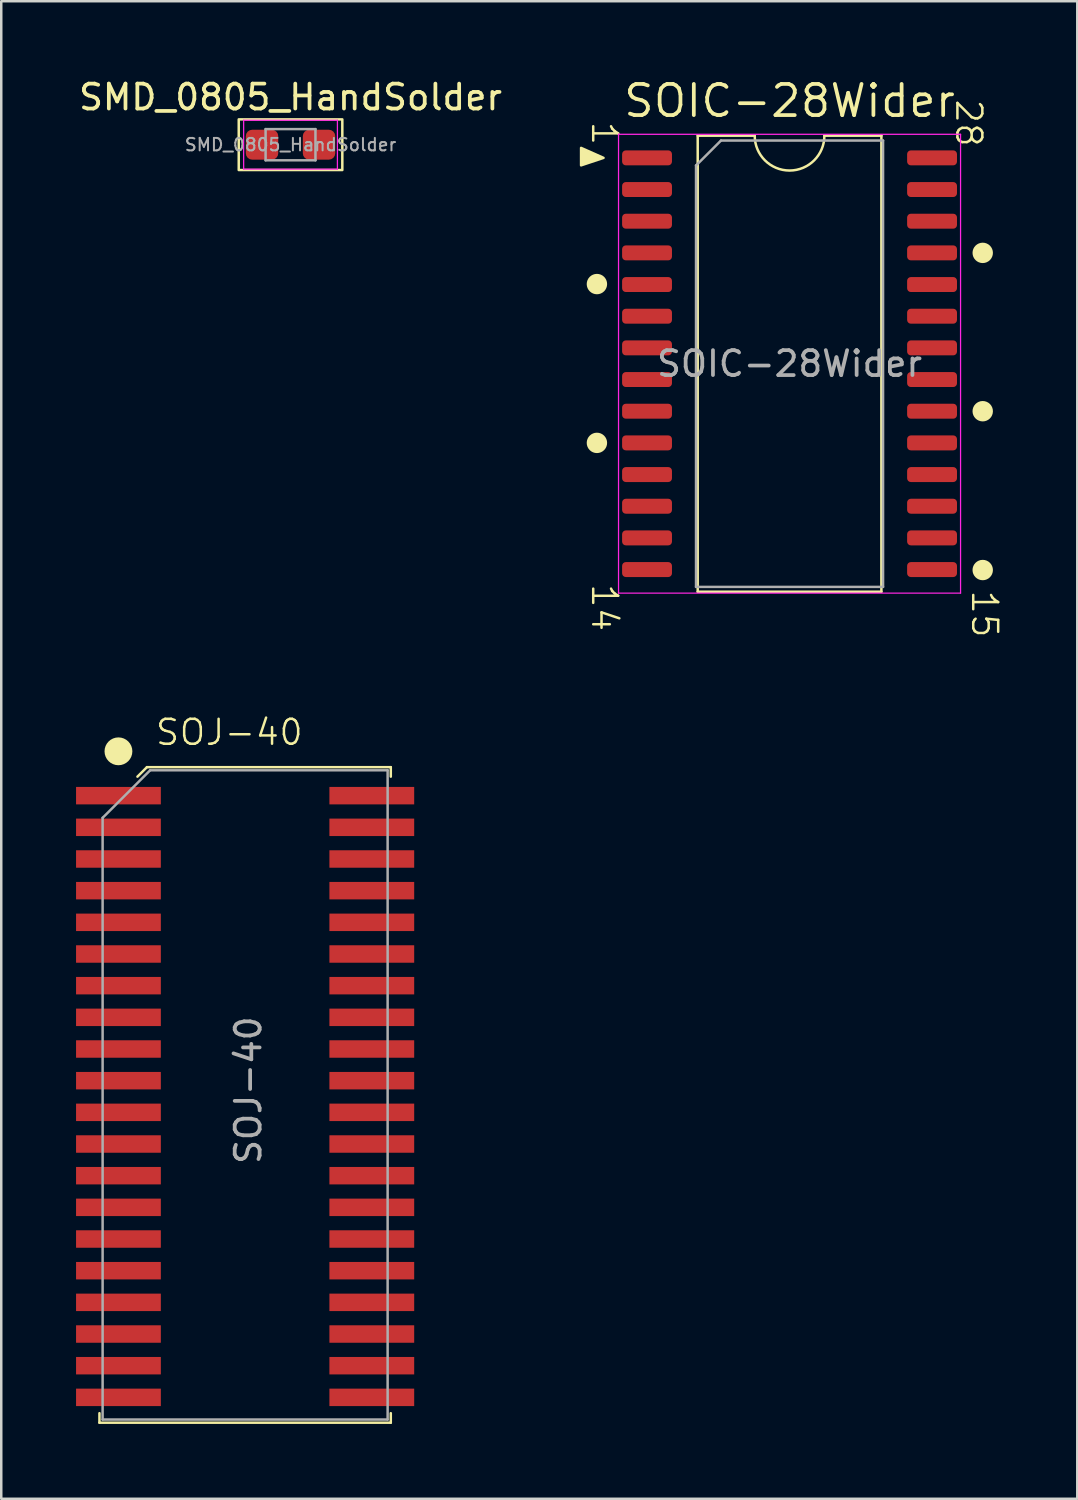
<source format=kicad_pcb>
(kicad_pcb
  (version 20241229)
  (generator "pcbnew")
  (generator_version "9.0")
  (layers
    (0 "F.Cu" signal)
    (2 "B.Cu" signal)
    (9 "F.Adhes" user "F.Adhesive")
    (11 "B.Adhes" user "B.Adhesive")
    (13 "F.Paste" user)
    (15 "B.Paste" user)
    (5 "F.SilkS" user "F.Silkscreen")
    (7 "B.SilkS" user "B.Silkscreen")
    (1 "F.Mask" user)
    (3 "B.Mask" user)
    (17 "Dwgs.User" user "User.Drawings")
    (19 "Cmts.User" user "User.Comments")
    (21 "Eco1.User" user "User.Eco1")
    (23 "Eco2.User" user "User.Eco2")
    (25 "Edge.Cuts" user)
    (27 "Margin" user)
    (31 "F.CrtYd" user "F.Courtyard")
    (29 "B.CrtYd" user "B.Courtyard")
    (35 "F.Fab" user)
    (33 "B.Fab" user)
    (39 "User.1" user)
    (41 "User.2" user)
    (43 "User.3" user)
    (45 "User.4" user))
  (footprint "SOJ-40"
    (layer "F.Cu")
    (at 1.065 27.588)
    (property "Reference" "SOJ-40" (at 5.08 -1.27 0) (unlocked yes) (layer "F.SilkS") (effects (font (size 1 1) (thickness 0.1))))
    (attr smd)
    (fp_line (start -0.127 26.035) (end -0.127 26.416) (stroke (width 0.1) (type default)) (layer "F.SilkS"))
    (fp_line (start -0.127 26.416) (end 11.557 26.416) (stroke (width 0.1) (type default)) (layer "F.SilkS"))
    (fp_line (start 1.778 0.127) (end 1.397 0.508) (stroke (width 0.1) (type solid)) (layer "F.SilkS"))
    (fp_line (start 11.557 0.127) (end 1.778 0.127) (stroke (width 0.1) (type solid)) (layer "F.SilkS"))
    (fp_line (start 11.557 0.508) (end 11.557 0.127) (stroke (width 0.1) (type solid)) (layer "F.SilkS"))
    (fp_line (start 11.557 26.035) (end 11.557 26.416) (stroke (width 0.1) (type default)) (layer "F.SilkS"))
    (fp_circle (center 0.635 -0.508) (end 1.143 -0.508) (stroke (width 0.1) (type solid)) (fill yes) (layer "F.SilkS"))
    (fp_line (start 0 2.159) (end 1.905 0.254) (stroke (width 0.1) (type default)) (layer "F.Fab"))
    (fp_line (start 0 26.289) (end 0 2.159) (stroke (width 0.1) (type default)) (layer "F.Fab"))
    (fp_line (start 1.905 0.254) (end 11.43 0.254) (stroke (width 0.1) (type default)) (layer "F.Fab"))
    (fp_line (start 11.43 0.254) (end 11.43 26.289) (stroke (width 0.1) (type default)) (layer "F.Fab"))
    (fp_line (start 11.43 26.289) (end 0 26.289) (stroke (width 0.1) (type default)) (layer "F.Fab"))
    (fp_text user "${REFERENCE}" (at 5.842 13.081 90) (unlocked yes) (layer "F.Fab") (effects (font (size 1 1) (thickness 0.15))))
    (pad "1" smd rect (at 0.635 1.27) (size 3.4 0.7) (layers "F.Cu" "F.Mask" "F.Paste"))
    (pad "2" smd rect (at 0.635 2.54) (size 3.4 0.7) (layers "F.Cu" "F.Mask" "F.Paste"))
    (pad "3" smd rect (at 0.635 3.81) (size 3.4 0.7) (layers "F.Cu" "F.Mask" "F.Paste"))
    (pad "4" smd rect (at 0.635 5.08) (size 3.4 0.7) (layers "F.Cu" "F.Mask" "F.Paste"))
    (pad "5" smd rect (at 0.635 6.35) (size 3.4 0.7) (layers "F.Cu" "F.Mask" "F.Paste"))
    (pad "6" smd rect (at 0.635 7.62) (size 3.4 0.7) (layers "F.Cu" "F.Mask" "F.Paste"))
    (pad "7" smd rect (at 0.635 8.89) (size 3.4 0.7) (layers "F.Cu" "F.Mask" "F.Paste"))
    (pad "8" smd rect (at 0.635 10.16) (size 3.4 0.7) (layers "F.Cu" "F.Mask" "F.Paste"))
    (pad "9" smd rect (at 0.635 11.43) (size 3.4 0.7) (layers "F.Cu" "F.Mask" "F.Paste"))
    (pad "10" smd rect (at 0.635 12.7) (size 3.4 0.7) (layers "F.Cu" "F.Mask" "F.Paste"))
    (pad "11" smd rect (at 0.635 13.97) (size 3.4 0.7) (layers "F.Cu" "F.Mask" "F.Paste"))
    (pad "12" smd rect (at 0.635 15.24) (size 3.4 0.7) (layers "F.Cu" "F.Mask" "F.Paste"))
    (pad "13" smd rect (at 0.635 16.51) (size 3.4 0.7) (layers "F.Cu" "F.Mask" "F.Paste"))
    (pad "14" smd rect (at 0.635 17.78) (size 3.4 0.7) (layers "F.Cu" "F.Mask" "F.Paste"))
    (pad "15" smd rect (at 0.635 19.05) (size 3.4 0.7) (layers "F.Cu" "F.Mask" "F.Paste"))
    (pad "16" smd rect (at 0.635 20.32) (size 3.4 0.7) (layers "F.Cu" "F.Mask" "F.Paste"))
    (pad "17" smd rect (at 0.635 21.59) (size 3.4 0.7) (layers "F.Cu" "F.Mask" "F.Paste"))
    (pad "18" smd rect (at 0.635 22.86) (size 3.4 0.7) (layers "F.Cu" "F.Mask" "F.Paste"))
    (pad "19" smd rect (at 0.635 24.13) (size 3.4 0.7) (layers "F.Cu" "F.Mask" "F.Paste"))
    (pad "20" smd rect (at 0.635 25.4) (size 3.4 0.7) (layers "F.Cu" "F.Mask" "F.Paste"))
    (pad "21" smd rect (at 10.795 25.4) (size 3.4 0.7) (layers "F.Cu" "F.Mask" "F.Paste"))
    (pad "22" smd rect (at 10.795 24.13) (size 3.4 0.7) (layers "F.Cu" "F.Mask" "F.Paste"))
    (pad "23" smd rect (at 10.795 22.86) (size 3.4 0.7) (layers "F.Cu" "F.Mask" "F.Paste"))
    (pad "24" smd rect (at 10.795 21.59) (size 3.4 0.7) (layers "F.Cu" "F.Mask" "F.Paste"))
    (pad "25" smd rect (at 10.795 20.32) (size 3.4 0.7) (layers "F.Cu" "F.Mask" "F.Paste"))
    (pad "26" smd rect (at 10.795 19.05) (size 3.4 0.7) (layers "F.Cu" "F.Mask" "F.Paste"))
    (pad "27" smd rect (at 10.795 17.78) (size 3.4 0.7) (layers "F.Cu" "F.Mask" "F.Paste"))
    (pad "28" smd rect (at 10.795 16.51) (size 3.4 0.7) (layers "F.Cu" "F.Mask" "F.Paste"))
    (pad "29" smd rect (at 10.795 15.24) (size 3.4 0.7) (layers "F.Cu" "F.Mask" "F.Paste"))
    (pad "30" smd rect (at 10.795 13.97) (size 3.4 0.7) (layers "F.Cu" "F.Mask" "F.Paste"))
    (pad "31" smd rect (at 10.795 12.7) (size 3.4 0.7) (layers "F.Cu" "F.Mask" "F.Paste"))
    (pad "32" smd rect (at 10.795 11.43) (size 3.4 0.7) (layers "F.Cu" "F.Mask" "F.Paste"))
    (pad "33" smd rect (at 10.795 10.16) (size 3.4 0.7) (layers "F.Cu" "F.Mask" "F.Paste"))
    (pad "34" smd rect (at 10.795 8.89) (size 3.4 0.7) (layers "F.Cu" "F.Mask" "F.Paste"))
    (pad "35" smd rect (at 10.795 7.62) (size 3.4 0.7) (layers "F.Cu" "F.Mask" "F.Paste"))
    (pad "36" smd rect (at 10.795 6.35) (size 3.4 0.7) (layers "F.Cu" "F.Mask" "F.Paste"))
    (pad "37" smd rect (at 10.795 5.08) (size 3.4 0.7) (layers "F.Cu" "F.Mask" "F.Paste"))
    (pad "38" smd rect (at 10.795 3.81) (size 3.4 0.7) (layers "F.Cu" "F.Mask" "F.Paste"))
    (pad "39" smd rect (at 10.795 2.54) (size 3.4 0.7) (layers "F.Cu" "F.Mask" "F.Paste"))
    (pad "40" smd rect (at 10.795 1.27) (size 3.4 0.7) (layers "F.Cu" "F.Mask" "F.Paste")))
  (footprint "SMD_0805_HandSolder"
    (layer "F.Cu")
    (at 8.601 2.753)
    (property "Reference" "SMD_0805_HandSolder" (at 0 -1.905 0) (layer "F.SilkS") (effects (font (size 1 1) (thickness 0.15))))
    (attr smd)
    (fp_rect (start -2.077 -1.016) (end 2.077 1.016) (stroke (width 0.1) (type solid)) (fill no) (layer "F.SilkS"))
    (fp_line (start -1.88 -0.98) (end 1.88 -0.98) (stroke (width 0.05) (type solid)) (layer "F.CrtYd"))
    (fp_line (start -1.88 0.98) (end -1.88 -0.98) (stroke (width 0.05) (type solid)) (layer "F.CrtYd"))
    (fp_line (start 1.88 -0.98) (end 1.88 0.98) (stroke (width 0.05) (type solid)) (layer "F.CrtYd"))
    (fp_line (start 1.88 0.98) (end -1.88 0.98) (stroke (width 0.05) (type solid)) (layer "F.CrtYd"))
    (fp_line (start -1 -0.625) (end 1 -0.625) (stroke (width 0.1) (type solid)) (layer "F.Fab"))
    (fp_line (start -1 0.625) (end -1 -0.625) (stroke (width 0.1) (type solid)) (layer "F.Fab"))
    (fp_line (start 1 -0.625) (end 1 0.625) (stroke (width 0.1) (type solid)) (layer "F.Fab"))
    (fp_line (start 1 0.625) (end -1 0.625) (stroke (width 0.1) (type solid)) (layer "F.Fab"))
    (fp_text user "${REFERENCE}" (at 0 0 0) (layer "F.Fab") (effects (font (size 0.5 0.5) (thickness 0.08))))
    (pad "1" smd roundrect (at -1.143 0) (size 1.3 1.2) (layers "F.Cu" "F.Mask" "F.Paste") (roundrect_rratio 0.213))
    (pad "2" smd roundrect (at 1.143 0) (size 1.3 1.2) (layers "F.Cu" "F.Mask" "F.Paste") (roundrect_rratio 0.213)))
  (footprint "SOIC-28Wider"
    (layer "F.Cu")
    (at 28.613 11.536)
    (property "Reference" "SOIC-28Wider" (at 0 -10.541 0) (layer "F.SilkS") (effects (font (size 1.25 1.25) (thickness 0.15))))
    (attr smd)
    (fp_line (start -3.683 -9.144) (end -1.397 -9.144) (stroke (width 0.1) (type solid)) (layer "F.SilkS"))
    (fp_line (start -3.683 9.144) (end -3.683 -9.144) (stroke (width 0.1) (type solid)) (layer "F.SilkS"))
    (fp_line (start -3.683 9.144) (end 3.683 9.144) (stroke (width 0.1) (type solid)) (layer "F.SilkS"))
    (fp_line (start 3.683 -9.144) (end 1.397 -9.144) (stroke (width 0.1) (type solid)) (layer "F.SilkS"))
    (fp_line (start 3.683 9.144) (end 3.683 -9.144) (stroke (width 0.1) (type solid)) (layer "F.SilkS"))
    (fp_arc (start 1.397 -9.144) (mid 0 -7.747) (end -1.397 -9.144) (stroke (width 0.1) (type solid)) (layer "F.SilkS"))
    (fp_circle (center -7.725 -3.194) (end -7.725 -2.835) (stroke (width 0.1) (type solid)) (fill yes) (layer "F.SilkS"))
    (fp_circle (center -7.725 3.175) (end -7.725 3.534) (stroke (width 0.1) (type solid)) (fill yes) (layer "F.SilkS"))
    (fp_circle (center 7.747 -4.445) (end 7.747 -4.086) (stroke (width 0.1) (type solid)) (fill yes) (layer "F.SilkS"))
    (fp_circle (center 7.747 1.905) (end 7.747 2.264) (stroke (width 0.1) (type solid)) (fill yes) (layer "F.SilkS"))
    (fp_circle (center 7.747 8.274) (end 7.747 8.633) (stroke (width 0.1) (type solid)) (fill yes) (layer "F.SilkS"))
    (fp_poly (pts (xy -7.46 -8.255) (xy -8.36 -8.655) (xy -8.36 -7.955)) (stroke (width 0.1) (type solid)) (fill yes) (layer "F.SilkS"))
    (fp_line (start -6.858 -9.2) (end -6.858 9.2) (stroke (width 0.05) (type solid)) (layer "F.CrtYd"))
    (fp_line (start -6.858 9.2) (end 6.858 9.2) (stroke (width 0.05) (type solid)) (layer "F.CrtYd"))
    (fp_line (start 6.858 -9.2) (end -6.858 -9.2) (stroke (width 0.05) (type solid)) (layer "F.CrtYd"))
    (fp_line (start 6.858 9.2) (end 6.858 -9.2) (stroke (width 0.05) (type solid)) (layer "F.CrtYd"))
    (fp_line (start -3.75 -7.95) (end -2.75 -8.95) (stroke (width 0.1) (type solid)) (layer "F.Fab"))
    (fp_line (start -3.75 8.95) (end -3.75 -7.95) (stroke (width 0.1) (type solid)) (layer "F.Fab"))
    (fp_line (start -2.75 -8.95) (end 3.75 -8.95) (stroke (width 0.1) (type solid)) (layer "F.Fab"))
    (fp_line (start 3.75 -8.95) (end 3.75 8.95) (stroke (width 0.1) (type solid)) (layer "F.Fab"))
    (fp_line (start 3.75 8.95) (end -3.75 8.95) (stroke (width 0.1) (type solid)) (layer "F.Fab"))
    (fp_text user "15" (at 7.239 9.017 270) (unlocked yes) (layer "F.SilkS") (effects (font (size 1 1) (thickness 0.1)) (justify left bottom)))
    (fp_text user "1" (at -8.001 -9.779 270) (unlocked yes) (layer "F.SilkS") (effects (font (size 1 1) (thickness 0.1)) (justify left bottom)))
    (fp_text user "14" (at -8.001 8.763 270) (unlocked yes) (layer "F.SilkS") (effects (font (size 1 1) (thickness 0.1)) (justify left bottom)))
    (fp_text user "28" (at 6.604 -10.668 270) (unlocked yes) (layer "F.SilkS") (effects (font (size 1 1) (thickness 0.1)) (justify left bottom)))
    (fp_text user "${REFERENCE}" (at 0 0 0) (layer "F.Fab") (effects (font (size 1 1) (thickness 0.15))))
    (pad "1" smd roundrect (at -5.715 -8.255) (size 2 0.6) (layers "F.Cu" "F.Mask" "F.Paste") (roundrect_rratio 0.25))
    (pad "2" smd roundrect (at -5.715 -6.985) (size 2 0.6) (layers "F.Cu" "F.Mask" "F.Paste") (roundrect_rratio 0.25))
    (pad "3" smd roundrect (at -5.715 -5.715) (size 2 0.6) (layers "F.Cu" "F.Mask" "F.Paste") (roundrect_rratio 0.25))
    (pad "4" smd roundrect (at -5.715 -4.445) (size 2 0.6) (layers "F.Cu" "F.Mask" "F.Paste") (roundrect_rratio 0.25))
    (pad "5" smd roundrect (at -5.715 -3.175) (size 2 0.6) (layers "F.Cu" "F.Mask" "F.Paste") (roundrect_rratio 0.25))
    (pad "6" smd roundrect (at -5.715 -1.905) (size 2 0.6) (layers "F.Cu" "F.Mask" "F.Paste") (roundrect_rratio 0.25))
    (pad "7" smd roundrect (at -5.715 -0.635) (size 2 0.6) (layers "F.Cu" "F.Mask" "F.Paste") (roundrect_rratio 0.25))
    (pad "8" smd roundrect (at -5.715 0.635) (size 2 0.6) (layers "F.Cu" "F.Mask" "F.Paste") (roundrect_rratio 0.25))
    (pad "9" smd roundrect (at -5.715 1.905) (size 2 0.6) (layers "F.Cu" "F.Mask" "F.Paste") (roundrect_rratio 0.25))
    (pad "10" smd roundrect (at -5.715 3.175) (size 2 0.6) (layers "F.Cu" "F.Mask" "F.Paste") (roundrect_rratio 0.25))
    (pad "11" smd roundrect (at -5.715 4.445) (size 2 0.6) (layers "F.Cu" "F.Mask" "F.Paste") (roundrect_rratio 0.25))
    (pad "12" smd roundrect (at -5.715 5.715) (size 2 0.6) (layers "F.Cu" "F.Mask" "F.Paste") (roundrect_rratio 0.25))
    (pad "13" smd roundrect (at -5.715 6.985) (size 2 0.6) (layers "F.Cu" "F.Mask" "F.Paste") (roundrect_rratio 0.25))
    (pad "14" smd roundrect (at -5.715 8.255) (size 2 0.6) (layers "F.Cu" "F.Mask" "F.Paste") (roundrect_rratio 0.25))
    (pad "15" smd roundrect (at 5.715 8.255) (size 2 0.6) (layers "F.Cu" "F.Mask" "F.Paste") (roundrect_rratio 0.25))
    (pad "16" smd roundrect (at 5.715 6.985) (size 2 0.6) (layers "F.Cu" "F.Mask" "F.Paste") (roundrect_rratio 0.25))
    (pad "17" smd roundrect (at 5.715 5.715) (size 2 0.6) (layers "F.Cu" "F.Mask" "F.Paste") (roundrect_rratio 0.25))
    (pad "18" smd roundrect (at 5.715 4.445) (size 2 0.6) (layers "F.Cu" "F.Mask" "F.Paste") (roundrect_rratio 0.25))
    (pad "19" smd roundrect (at 5.715 3.175) (size 2 0.6) (layers "F.Cu" "F.Mask" "F.Paste") (roundrect_rratio 0.25))
    (pad "20" smd roundrect (at 5.715 1.905) (size 2 0.6) (layers "F.Cu" "F.Mask" "F.Paste") (roundrect_rratio 0.25))
    (pad "21" smd roundrect (at 5.715 0.635) (size 2 0.6) (layers "F.Cu" "F.Mask" "F.Paste") (roundrect_rratio 0.25))
    (pad "22" smd roundrect (at 5.715 -0.635) (size 2 0.6) (layers "F.Cu" "F.Mask" "F.Paste") (roundrect_rratio 0.25))
    (pad "23" smd roundrect (at 5.715 -1.905) (size 2 0.6) (layers "F.Cu" "F.Mask" "F.Paste") (roundrect_rratio 0.25))
    (pad "24" smd roundrect (at 5.715 -3.175) (size 2 0.6) (layers "F.Cu" "F.Mask" "F.Paste") (roundrect_rratio 0.25))
    (pad "25" smd roundrect (at 5.715 -4.445) (size 2 0.6) (layers "F.Cu" "F.Mask" "F.Paste") (roundrect_rratio 0.25))
    (pad "26" smd roundrect (at 5.715 -5.715) (size 2 0.6) (layers "F.Cu" "F.Mask" "F.Paste") (roundrect_rratio 0.25))
    (pad "27" smd roundrect (at 5.715 -6.985) (size 2 0.6) (layers "F.Cu" "F.Mask" "F.Paste") (roundrect_rratio 0.25))
    (pad "28" smd roundrect (at 5.715 -8.255) (size 2 0.6) (layers "F.Cu" "F.Mask" "F.Paste") (roundrect_rratio 0.25)))
  (gr_rect
    (start -3 -3)
    (end 40.152 57.054)
    (stroke (width 0.1) (type default))
    (fill no)
    (layer "Edge.Cuts")))
</source>
